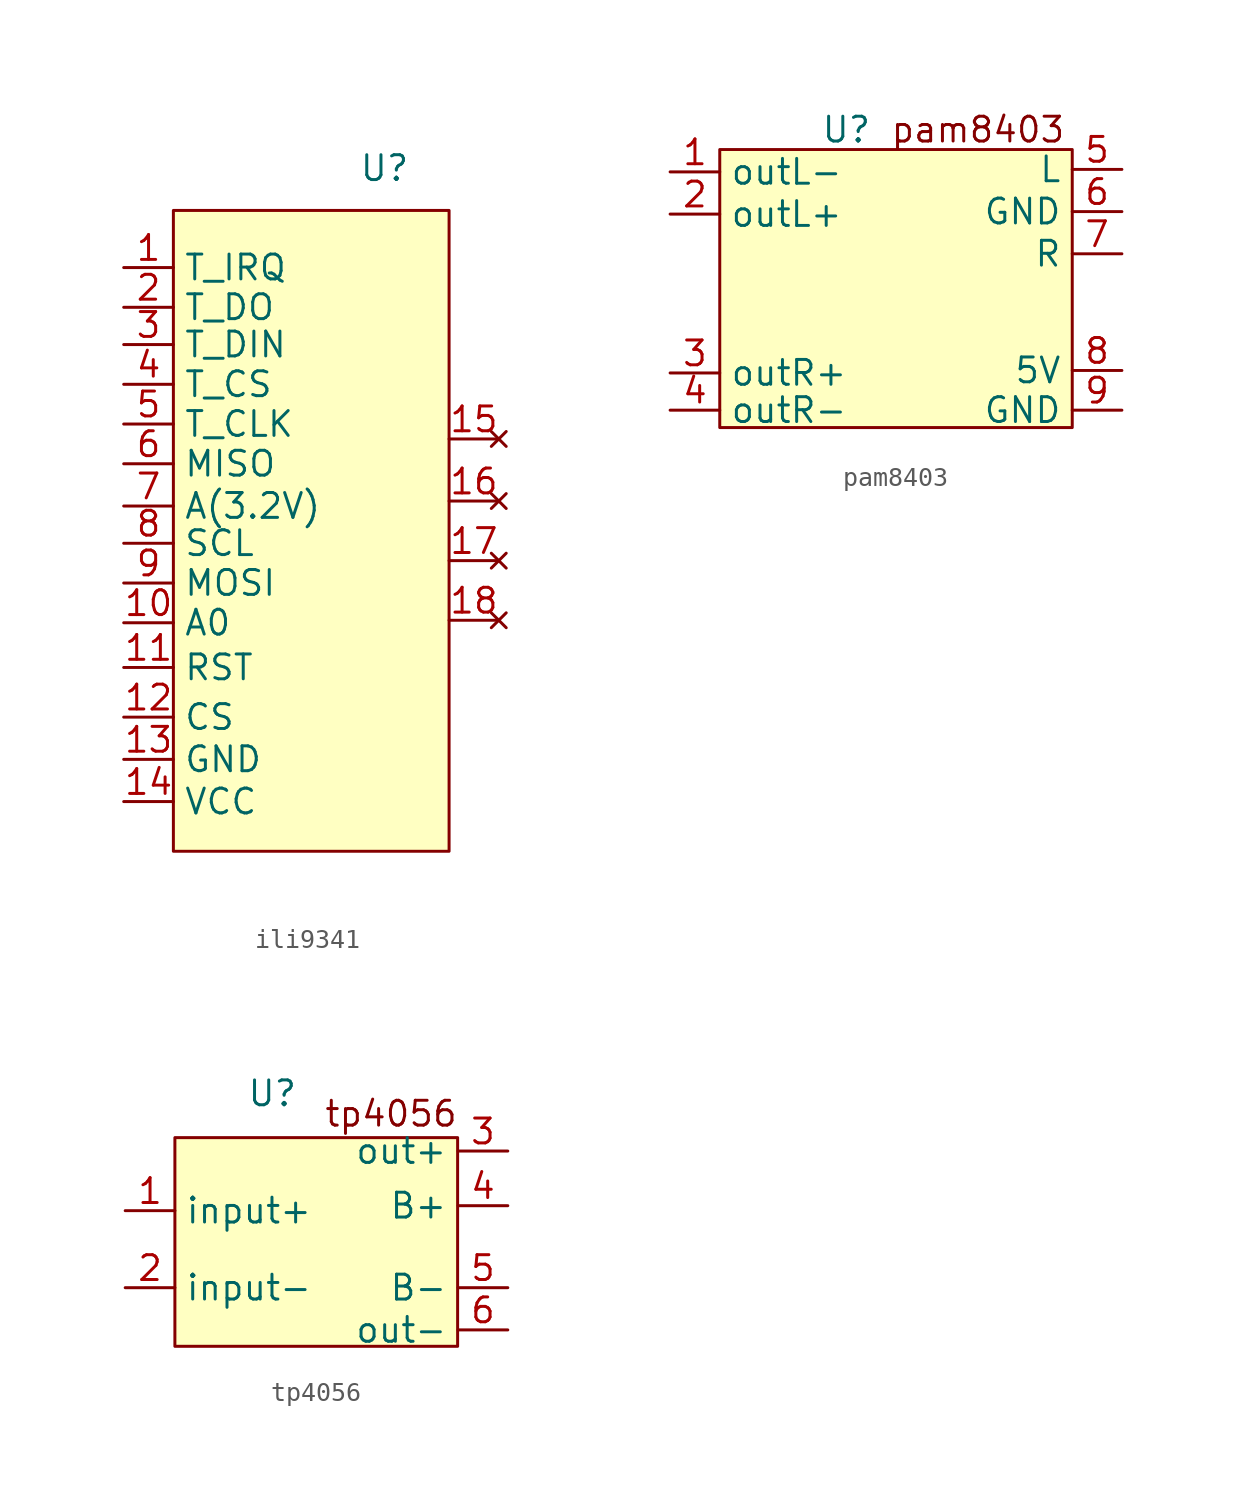
<source format=kicad_sym>
(kicad_symbol_lib
  (version 20220914)
  (generator kicad_symbol_editor)
  (symbol "ili9341"
    (property "Reference" "U"
      (at 4.064 19.685 0)
      (effects (font (size 1.27 1.27))))
    (property "Value" ""
      (at -6.604 8.255 90)
      (effects (font (size 1.27 1.27))))
    (symbol "ili9341_1_1"
      (rectangle (start 7.366 17.526) (end -6.731 -15.24) (stroke (width 0) (type default)) (fill (type background)))
      (pin output line (at -9.271 14.605 0) (length 2.54) (name "T_IRQ" (effects (font (size 1.27 1.27)))) (number "1" (effects (font (size 1.27 1.27)))))
      (pin output line (at -9.271 -3.556 0) (length 2.54) (name "A0" (effects (font (size 1.27 1.27)))) (number "10" (effects (font (size 1.27 1.27)))))
      (pin output line (at -9.271 -5.842 0) (length 2.54) (name "RST" (effects (font (size 1.27 1.27)))) (number "11" (effects (font (size 1.27 1.27)))))
      (pin output line (at -9.271 -8.382 0) (length 2.54) (name "CS" (effects (font (size 1.27 1.27)))) (number "12" (effects (font (size 1.27 1.27)))))
      (pin output line (at -9.271 -10.541 0) (length 2.54) (name "GND" (effects (font (size 1.27 1.27)))) (number "13" (effects (font (size 1.27 1.27)))))
      (pin output line (at -9.271 -12.7 0) (length 2.54) (name "VCC" (effects (font (size 1.27 1.27)))) (number "14" (effects (font (size 1.27 1.27)))))
      (pin no_connect line (at 9.906 5.842 180) (length 2.54) (name "" (effects (font (size 1.27 1.27)))) (number "15" (effects (font (size 1.27 1.27)))))
      (pin no_connect line (at 9.906 2.667 180) (length 2.54) (name "" (effects (font (size 1.27 1.27)))) (number "16" (effects (font (size 1.27 1.27)))))
      (pin no_connect line (at 9.906 -0.381 180) (length 2.54) (name "" (effects (font (size 1.27 1.27)))) (number "17" (effects (font (size 1.27 1.27)))))
      (pin no_connect line (at 9.906 -3.429 180) (length 2.54) (name "" (effects (font (size 1.27 1.27)))) (number "18" (effects (font (size 1.27 1.27)))))
      (pin output line (at -9.271 12.573 0) (length 2.54) (name "T_DO" (effects (font (size 1.27 1.27)))) (number "2" (effects (font (size 1.27 1.27)))))
      (pin output line (at -9.271 10.668 0) (length 2.54) (name "T_DIN" (effects (font (size 1.27 1.27)))) (number "3" (effects (font (size 1.27 1.27)))))
      (pin output line (at -9.271 8.636 0) (length 2.54) (name "T_CS" (effects (font (size 1.27 1.27)))) (number "4" (effects (font (size 1.27 1.27)))))
      (pin output line (at -9.271 6.604 0) (length 2.54) (name "T_CLK" (effects (font (size 1.27 1.27)))) (number "5" (effects (font (size 1.27 1.27)))))
      (pin output line (at -9.271 4.572 0) (length 2.54) (name "MISO" (effects (font (size 1.27 1.27)))) (number "6" (effects (font (size 1.27 1.27)))))
      (pin output line (at -9.271 2.413 0) (length 2.54) (name "A(3.2V)" (effects (font (size 1.27 1.27)))) (number "7" (effects (font (size 1.27 1.27)))))
      (pin output line (at -9.271 0.508 0) (length 2.54) (name "SCL" (effects (font (size 1.27 1.27)))) (number "8" (effects (font (size 1.27 1.27)))))
      (pin output line (at -9.271 -1.524 0) (length 2.54) (name "MOSI" (effects (font (size 1.27 1.27)))) (number "9" (effects (font (size 1.27 1.27)))))))
  (symbol "pam8403"
    (property "Reference" "U"
      (at -1.905 6.985 0)
      (effects (font (size 1.27 1.27))))
    (property "Value" ""
      (at 0 0 0)
      (effects (font (size 1.27 1.27))))
    (symbol "pam8403_1_1"
      (rectangle (start -8.382 5.969) (end 9.652 -8.255) (stroke (width 0) (type solid)) (fill (type background)))
      (text "pam8403" (at 4.826 6.985 0) (effects (font (size 1.27 1.27))))
      (pin output line (at -10.922 4.826 0) (length 2.54) (name "outL-" (effects (font (size 1.27 1.27)))) (number "1" (effects (font (size 1.27 1.27)))))
      (pin output line (at -10.922 2.667 0) (length 2.54) (name "outL+" (effects (font (size 1.27 1.27)))) (number "2" (effects (font (size 1.27 1.27)))))
      (pin output line (at -10.922 -5.461 0) (length 2.54) (name "outR+" (effects (font (size 1.27 1.27)))) (number "3" (effects (font (size 1.27 1.27)))))
      (pin output line (at -10.922 -7.366 0) (length 2.54) (name "outR-" (effects (font (size 1.27 1.27)))) (number "4" (effects (font (size 1.27 1.27)))))
      (pin output line (at 12.192 4.953 180) (length 2.54) (name "L" (effects (font (size 1.27 1.27)))) (number "5" (effects (font (size 1.27 1.27)))))
      (pin output line (at 12.192 2.794 180) (length 2.54) (name "GND" (effects (font (size 1.27 1.27)))) (number "6" (effects (font (size 1.27 1.27)))))
      (pin output line (at 12.192 0.635 180) (length 2.54) (name "R" (effects (font (size 1.27 1.27)))) (number "7" (effects (font (size 1.27 1.27)))))
      (pin output line (at 12.192 -5.334 180) (length 2.54) (name "5V" (effects (font (size 1.27 1.27)))) (number "8" (effects (font (size 1.27 1.27)))))
      (pin output line (at 12.192 -7.366 180) (length 2.54) (name "GND" (effects (font (size 1.27 1.27)))) (number "9" (effects (font (size 1.27 1.27)))))))
  (symbol "tp4056"
    (property "Reference" "U"
      (at 4.978 2.184 0)
      (effects (font (size 1.27 1.27))))
    (property "Value" ""
      (at 5.08 -2.54 0)
      (effects (font (size 1.27 1.27))))
    (symbol "tp4056_1_1"
      (rectangle (start 0 -0.076) (end 14.453 -10.744) (stroke (width 0) (type default)) (fill (type background)))
      (text "tp4056" (at 11.049 1.143 0) (effects (font (size 1.27 1.27))))
      (pin input line (at -2.54 -3.81 0) (length 2.54) (name "input+" (effects (font (size 1.27 1.27)))) (number "1" (effects (font (size 1.27 1.27)))))
      (pin input line (at -2.54 -7.747 0) (length 2.54) (name "input-" (effects (font (size 1.27 1.27)))) (number "2" (effects (font (size 1.27 1.27)))))
      (pin output line (at 17.018 -0.762 180) (length 2.54) (name "out+" (effects (font (size 1.27 1.27)))) (number "3" (effects (font (size 1.27 1.27)))))
      (pin output line (at 17.018 -3.556 180) (length 2.54) (name "B+" (effects (font (size 1.27 1.27)))) (number "4" (effects (font (size 1.27 1.27)))))
      (pin output line (at 17.018 -7.747 180) (length 2.54) (name "B-" (effects (font (size 1.27 1.27)))) (number "5" (effects (font (size 1.27 1.27)))))
      (pin output line (at 17.018 -9.906 180) (length 2.54) (name "out-" (effects (font (size 1.27 1.27)))) (number "6" (effects (font (size 1.27 1.27))))))))
</source>
